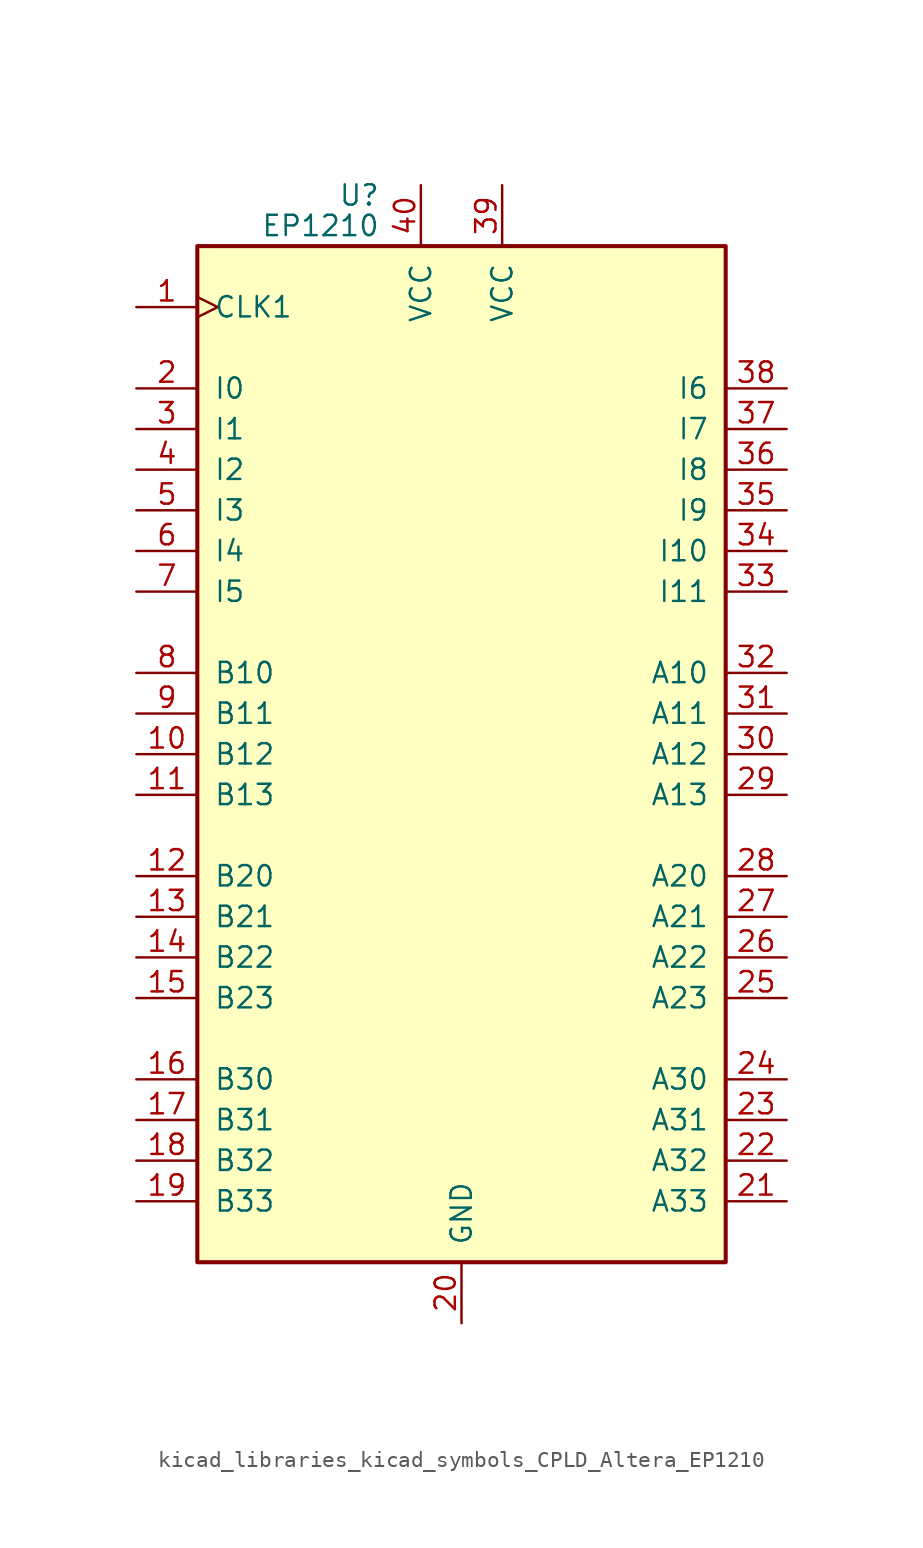
<source format=kicad_sym>
(kicad_symbol_lib
  (version 20220914)
  (generator kicad_symbol_editor)
  (symbol "kicad_libraries_kicad_symbols_CPLD_Altera_EP1210"
    (pin_names
      (offset 1.016))
    (property "Reference" "U"
      (at -5.08 34.925 0)
      (effects (font (size 1.27 1.27)) (justify right)))
    (property "Value" "EP1210"
      (at -5.08 33.02 0)
      (effects (font (size 1.27 1.27)) (justify right)))
    (symbol "kicad_libraries_kicad_symbols_CPLD_Altera_EP1210_0_1"
      (rectangle (start -16.51 -31.75) (end 16.51 31.75) (stroke (width 0.254) (type default)) (fill (type background))))
    (symbol "kicad_libraries_kicad_symbols_CPLD_Altera_EP1210_1_1"
      (pin input clock (at -20.32 27.94 0) (length 3.81) (name "CLK1" (effects (font (size 1.27 1.27)))) (number "1" (effects (font (size 1.27 1.27)))))
      (pin input line (at -20.32 0 0) (length 3.81) (name "B12" (effects (font (size 1.27 1.27)))) (number "10" (effects (font (size 1.27 1.27)))))
      (pin input line (at -20.32 -2.54 0) (length 3.81) (name "B13" (effects (font (size 1.27 1.27)))) (number "11" (effects (font (size 1.27 1.27)))))
      (pin input line (at -20.32 -7.62 0) (length 3.81) (name "B20" (effects (font (size 1.27 1.27)))) (number "12" (effects (font (size 1.27 1.27)))))
      (pin input line (at -20.32 -10.16 0) (length 3.81) (name "B21" (effects (font (size 1.27 1.27)))) (number "13" (effects (font (size 1.27 1.27)))))
      (pin input line (at -20.32 -12.7 0) (length 3.81) (name "B22" (effects (font (size 1.27 1.27)))) (number "14" (effects (font (size 1.27 1.27)))))
      (pin input line (at -20.32 -15.24 0) (length 3.81) (name "B23" (effects (font (size 1.27 1.27)))) (number "15" (effects (font (size 1.27 1.27)))))
      (pin input line (at -20.32 -20.32 0) (length 3.81) (name "B30" (effects (font (size 1.27 1.27)))) (number "16" (effects (font (size 1.27 1.27)))))
      (pin input line (at -20.32 -22.86 0) (length 3.81) (name "B31" (effects (font (size 1.27 1.27)))) (number "17" (effects (font (size 1.27 1.27)))))
      (pin input line (at -20.32 -25.4 0) (length 3.81) (name "B32" (effects (font (size 1.27 1.27)))) (number "18" (effects (font (size 1.27 1.27)))))
      (pin input line (at -20.32 -27.94 0) (length 3.81) (name "B33" (effects (font (size 1.27 1.27)))) (number "19" (effects (font (size 1.27 1.27)))))
      (pin input line (at -20.32 22.86 0) (length 3.81) (name "I0" (effects (font (size 1.27 1.27)))) (number "2" (effects (font (size 1.27 1.27)))))
      (pin power_in line (at 0 -35.56 90) (length 3.81) (name "GND" (effects (font (size 1.27 1.27)))) (number "20" (effects (font (size 1.27 1.27)))))
      (pin input line (at 20.32 -27.94 180) (length 3.81) (name "A33" (effects (font (size 1.27 1.27)))) (number "21" (effects (font (size 1.27 1.27)))))
      (pin input line (at 20.32 -25.4 180) (length 3.81) (name "A32" (effects (font (size 1.27 1.27)))) (number "22" (effects (font (size 1.27 1.27)))))
      (pin input line (at 20.32 -22.86 180) (length 3.81) (name "A31" (effects (font (size 1.27 1.27)))) (number "23" (effects (font (size 1.27 1.27)))))
      (pin input line (at 20.32 -20.32 180) (length 3.81) (name "A30" (effects (font (size 1.27 1.27)))) (number "24" (effects (font (size 1.27 1.27)))))
      (pin input line (at 20.32 -15.24 180) (length 3.81) (name "A23" (effects (font (size 1.27 1.27)))) (number "25" (effects (font (size 1.27 1.27)))))
      (pin input line (at 20.32 -12.7 180) (length 3.81) (name "A22" (effects (font (size 1.27 1.27)))) (number "26" (effects (font (size 1.27 1.27)))))
      (pin input line (at 20.32 -10.16 180) (length 3.81) (name "A21" (effects (font (size 1.27 1.27)))) (number "27" (effects (font (size 1.27 1.27)))))
      (pin input line (at 20.32 -7.62 180) (length 3.81) (name "A20" (effects (font (size 1.27 1.27)))) (number "28" (effects (font (size 1.27 1.27)))))
      (pin input line (at 20.32 -2.54 180) (length 3.81) (name "A13" (effects (font (size 1.27 1.27)))) (number "29" (effects (font (size 1.27 1.27)))))
      (pin input line (at -20.32 20.32 0) (length 3.81) (name "I1" (effects (font (size 1.27 1.27)))) (number "3" (effects (font (size 1.27 1.27)))))
      (pin input line (at 20.32 0 180) (length 3.81) (name "A12" (effects (font (size 1.27 1.27)))) (number "30" (effects (font (size 1.27 1.27)))))
      (pin input line (at 20.32 2.54 180) (length 3.81) (name "A11" (effects (font (size 1.27 1.27)))) (number "31" (effects (font (size 1.27 1.27)))))
      (pin input line (at 20.32 5.08 180) (length 3.81) (name "A10" (effects (font (size 1.27 1.27)))) (number "32" (effects (font (size 1.27 1.27)))))
      (pin input line (at 20.32 10.16 180) (length 3.81) (name "I11" (effects (font (size 1.27 1.27)))) (number "33" (effects (font (size 1.27 1.27)))))
      (pin input line (at 20.32 12.7 180) (length 3.81) (name "I10" (effects (font (size 1.27 1.27)))) (number "34" (effects (font (size 1.27 1.27)))))
      (pin input line (at 20.32 15.24 180) (length 3.81) (name "I9" (effects (font (size 1.27 1.27)))) (number "35" (effects (font (size 1.27 1.27)))))
      (pin input line (at 20.32 17.78 180) (length 3.81) (name "I8" (effects (font (size 1.27 1.27)))) (number "36" (effects (font (size 1.27 1.27)))))
      (pin input line (at 20.32 20.32 180) (length 3.81) (name "I7" (effects (font (size 1.27 1.27)))) (number "37" (effects (font (size 1.27 1.27)))))
      (pin input line (at 20.32 22.86 180) (length 3.81) (name "I6" (effects (font (size 1.27 1.27)))) (number "38" (effects (font (size 1.27 1.27)))))
      (pin power_in line (at 2.54 35.56 270) (length 3.81) (name "VCC" (effects (font (size 1.27 1.27)))) (number "39" (effects (font (size 1.27 1.27)))))
      (pin input line (at -20.32 17.78 0) (length 3.81) (name "I2" (effects (font (size 1.27 1.27)))) (number "4" (effects (font (size 1.27 1.27)))))
      (pin power_in line (at -2.54 35.56 270) (length 3.81) (name "VCC" (effects (font (size 1.27 1.27)))) (number "40" (effects (font (size 1.27 1.27)))))
      (pin input line (at -20.32 15.24 0) (length 3.81) (name "I3" (effects (font (size 1.27 1.27)))) (number "5" (effects (font (size 1.27 1.27)))))
      (pin input line (at -20.32 12.7 0) (length 3.81) (name "I4" (effects (font (size 1.27 1.27)))) (number "6" (effects (font (size 1.27 1.27)))))
      (pin input line (at -20.32 10.16 0) (length 3.81) (name "I5" (effects (font (size 1.27 1.27)))) (number "7" (effects (font (size 1.27 1.27)))))
      (pin input line (at -20.32 5.08 0) (length 3.81) (name "B10" (effects (font (size 1.27 1.27)))) (number "8" (effects (font (size 1.27 1.27)))))
      (pin input line (at -20.32 2.54 0) (length 3.81) (name "B11" (effects (font (size 1.27 1.27)))) (number "9" (effects (font (size 1.27 1.27))))))))
</source>
